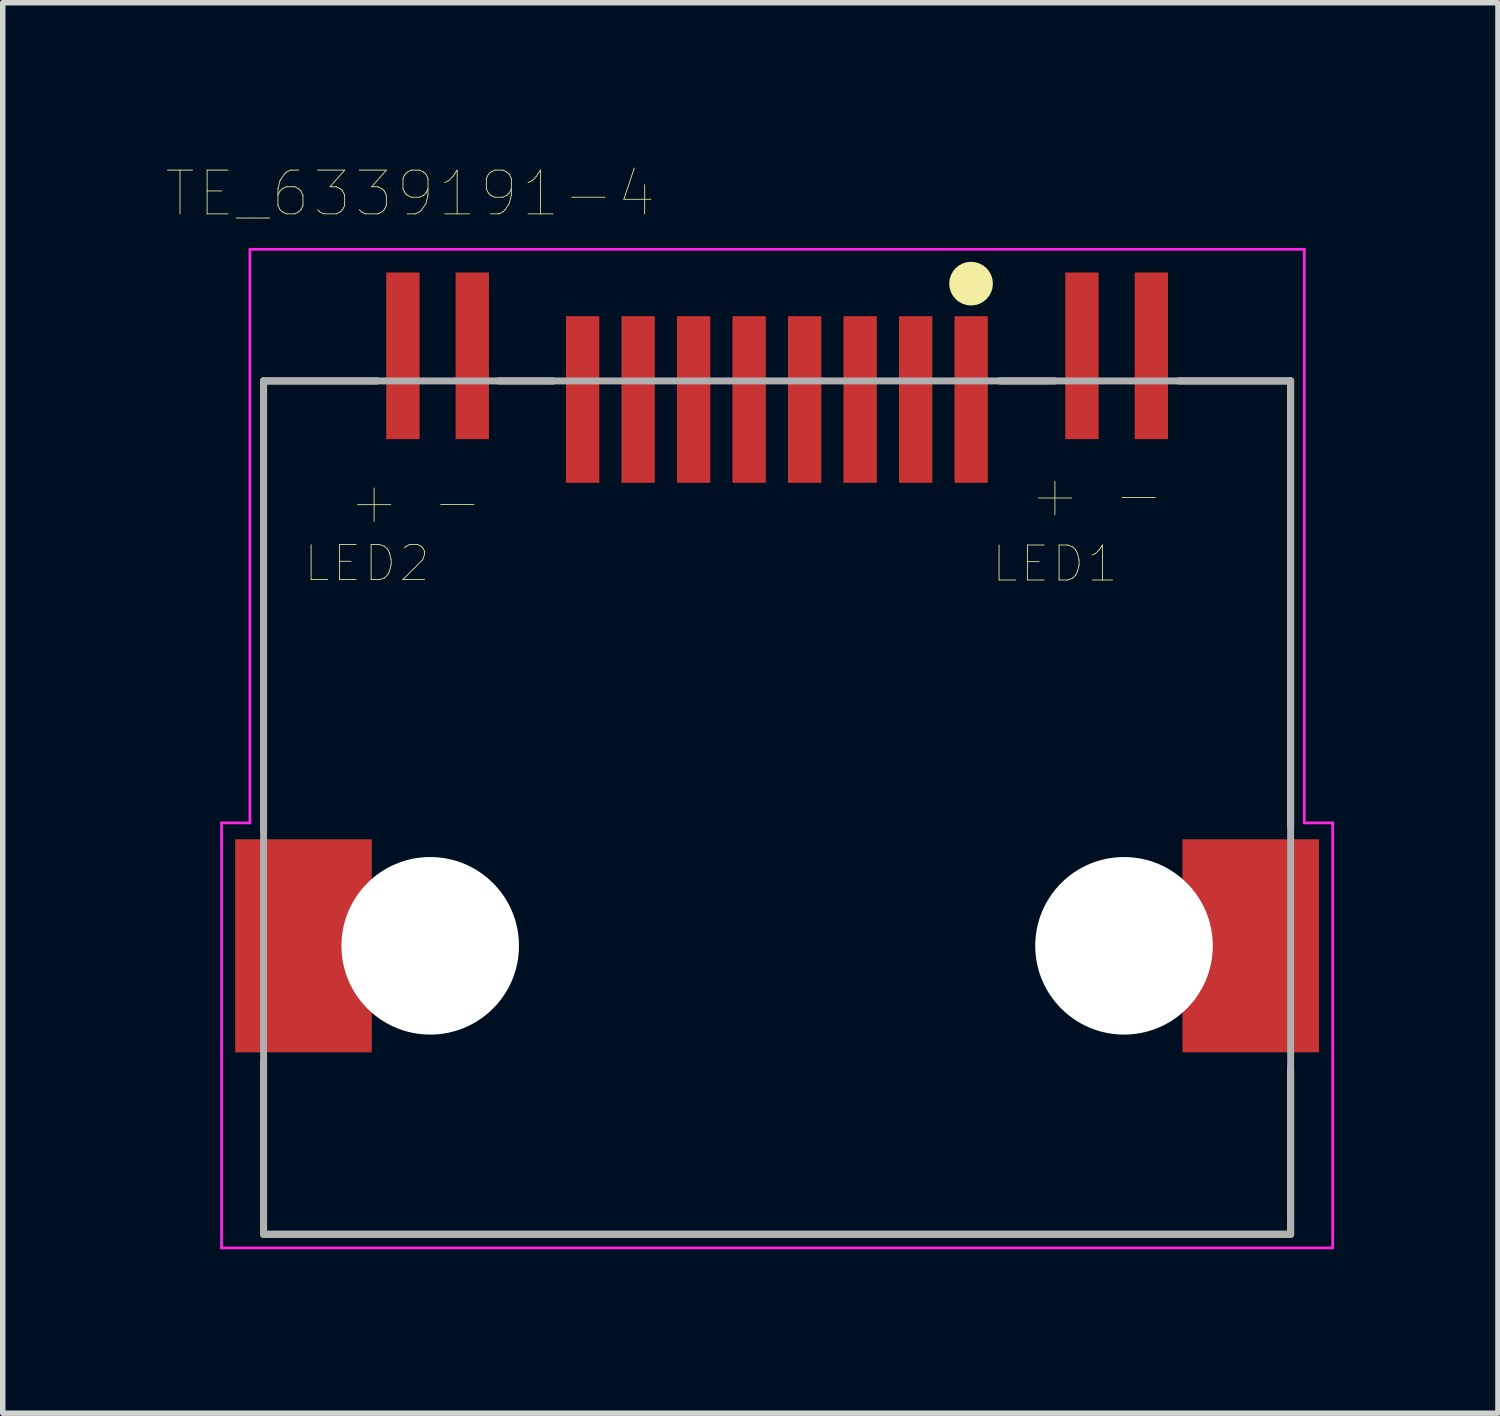
<source format=kicad_pcb>
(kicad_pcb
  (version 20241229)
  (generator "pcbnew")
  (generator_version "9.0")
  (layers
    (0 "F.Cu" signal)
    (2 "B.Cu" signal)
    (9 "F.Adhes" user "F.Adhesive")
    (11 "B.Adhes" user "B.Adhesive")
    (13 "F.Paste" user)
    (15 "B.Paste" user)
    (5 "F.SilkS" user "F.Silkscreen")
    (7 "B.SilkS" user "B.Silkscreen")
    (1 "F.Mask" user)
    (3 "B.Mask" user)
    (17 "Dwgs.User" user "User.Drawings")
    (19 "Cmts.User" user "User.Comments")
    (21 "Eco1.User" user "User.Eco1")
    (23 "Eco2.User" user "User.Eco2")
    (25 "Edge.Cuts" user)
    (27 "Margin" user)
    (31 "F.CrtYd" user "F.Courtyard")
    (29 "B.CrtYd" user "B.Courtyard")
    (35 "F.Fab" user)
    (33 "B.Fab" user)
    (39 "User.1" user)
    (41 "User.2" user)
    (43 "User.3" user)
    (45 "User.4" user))
  (footprint "TE_6339191-4"
    (layer "F.Cu")
    (at 11.175 14.263)
    (property "Reference" "TE_6339191-4" (at -6.715 -13.768 0) (layer "F.SilkS") (effects (font (size 0.801 0.801) (thickness 0.015))))
    (attr through_hole)
    (fp_line (start -9.4 -10.34) (end -7.325 -10.34) (stroke (width 0.127) (type solid)) (layer "F.SilkS"))
    (fp_line (start -9.4 -2.1) (end -9.4 -10.34) (stroke (width 0.127) (type solid)) (layer "F.SilkS"))
    (fp_line (start -9.4 2.15) (end -9.4 5.28) (stroke (width 0.127) (type solid)) (layer "F.SilkS"))
    (fp_line (start -9.4 5.28) (end 9.4 5.28) (stroke (width 0.127) (type solid)) (layer "F.SilkS"))
    (fp_line (start -5.1 -10.34) (end -4.1 -10.34) (stroke (width 0.127) (type solid)) (layer "F.SilkS"))
    (fp_line (start 4.075 -10.34) (end 5.075 -10.34) (stroke (width 0.127) (type solid)) (layer "F.SilkS"))
    (fp_line (start 9.4 -10.34) (end 7.35 -10.34) (stroke (width 0.127) (type solid)) (layer "F.SilkS"))
    (fp_line (start 9.4 -2.175) (end 9.4 -10.34) (stroke (width 0.127) (type solid)) (layer "F.SilkS"))
    (fp_line (start 9.4 5.28) (end 9.4 2.25) (stroke (width 0.127) (type solid)) (layer "F.SilkS"))
    (fp_circle (center 3.55 -12.121) (end 3.75 -12.121) (stroke (width 0.4) (type solid)) (fill no) (layer "F.SilkS"))
    (fp_line (start -10.17 -2.25) (end -10.17 5.53) (stroke (width 0.05) (type solid)) (layer "F.CrtYd"))
    (fp_line (start -10.17 5.53) (end 10.17 5.53) (stroke (width 0.05) (type solid)) (layer "F.CrtYd"))
    (fp_line (start -9.65 -12.75) (end -9.65 -2.25) (stroke (width 0.05) (type solid)) (layer "F.CrtYd"))
    (fp_line (start -9.65 -2.25) (end -10.17 -2.25) (stroke (width 0.05) (type solid)) (layer "F.CrtYd"))
    (fp_line (start 9.65 -12.75) (end -9.65 -12.75) (stroke (width 0.05) (type solid)) (layer "F.CrtYd"))
    (fp_line (start 9.65 -2.25) (end 9.65 -12.75) (stroke (width 0.05) (type solid)) (layer "F.CrtYd"))
    (fp_line (start 10.17 -2.25) (end 9.65 -2.25) (stroke (width 0.05) (type solid)) (layer "F.CrtYd"))
    (fp_line (start 10.17 5.53) (end 10.17 -2.25) (stroke (width 0.05) (type solid)) (layer "F.CrtYd"))
    (fp_line (start -9.4 -10.34) (end 9.4 -10.34) (stroke (width 0.127) (type solid)) (layer "F.Fab"))
    (fp_line (start -9.4 5.28) (end -9.4 -10.34) (stroke (width 0.127) (type solid)) (layer "F.Fab"))
    (fp_line (start 9.4 -10.34) (end 9.4 5.28) (stroke (width 0.127) (type solid)) (layer "F.Fab"))
    (fp_line (start 9.4 5.28) (end -9.4 5.28) (stroke (width 0.127) (type solid)) (layer "F.Fab"))
    (fp_text user "LED1" (at 5.085 -6.992 0) (layer "F.SilkS") (effects (font (size 0.641 0.641) (thickness 0.015))))
    (fp_text user "-" (at -5.852 -8.142 0) (layer "F.SilkS") (effects (font (size 0.801 0.801) (thickness 0.015))))
    (fp_text user "+" (at -7.377 -8.14 0) (layer "F.SilkS") (effects (font (size 0.801 0.801) (thickness 0.015))))
    (fp_text user "-" (at 6.616 -8.27 0) (layer "F.SilkS") (effects (font (size 0.801 0.801) (thickness 0.015))))
    (fp_text user "LED2" (at -7.508 -6.999 0) (layer "F.SilkS") (effects (font (size 0.641 0.641) (thickness 0.015))))
    (fp_text user "+" (at 5.085 -8.262 0) (layer "F.SilkS") (effects (font (size 0.801 0.801) (thickness 0.015))))
    (pad "" np_thru_hole circle (at -6.35 0) (size 3.25 3.25) (drill 3.25) (layers "*.Cu" "*.Mask"))
    (pad "" np_thru_hole circle (at 6.35 0) (size 3.25 3.25) (drill 3.25) (layers "*.Cu" "*.Mask"))
    (pad "1" smd rect (at 3.552 -10) (size 0.61 3.05) (layers "F.Cu" "F.Mask" "F.Paste"))
    (pad "2" smd rect (at 2.536 -10) (size 0.61 3.05) (layers "F.Cu" "F.Mask" "F.Paste"))
    (pad "3" smd rect (at 1.52 -10) (size 0.61 3.05) (layers "F.Cu" "F.Mask" "F.Paste"))
    (pad "4" smd rect (at 0.504 -10) (size 0.61 3.05) (layers "F.Cu" "F.Mask" "F.Paste"))
    (pad "5" smd rect (at -0.512 -10) (size 0.61 3.05) (layers "F.Cu" "F.Mask" "F.Paste"))
    (pad "6" smd rect (at -1.528 -10) (size 0.61 3.05) (layers "F.Cu" "F.Mask" "F.Paste"))
    (pad "7" smd rect (at -2.544 -10) (size 0.61 3.05) (layers "F.Cu" "F.Mask" "F.Paste"))
    (pad "8" smd rect (at -3.56 -10) (size 0.61 3.05) (layers "F.Cu" "F.Mask" "F.Paste"))
    (pad "9" smd rect (at 6.85 -10.8) (size 0.61 3.05) (layers "F.Cu" "F.Mask" "F.Paste"))
    (pad "10" smd rect (at 5.58 -10.8) (size 0.61 3.05) (layers "F.Cu" "F.Mask" "F.Paste"))
    (pad "11" smd rect (at -5.58 -10.8) (size 0.61 3.05) (layers "F.Cu" "F.Mask" "F.Paste"))
    (pad "12" smd rect (at -6.85 -10.8) (size 0.61 3.05) (layers "F.Cu" "F.Mask" "F.Paste"))
    (pad "S1" smd rect (at -8.67 0) (size 2.5 3.9) (layers "F.Cu" "F.Mask" "F.Paste"))
    (pad "S2" smd rect (at 8.67 0) (size 2.5 3.9) (layers "F.Cu" "F.Mask" "F.Paste")))
  (gr_rect
    (start -3 -3)
    (end 24.37 22.818)
    (stroke (width 0.1) (type default))
    (fill no)
    (layer "Edge.Cuts")))
</source>
